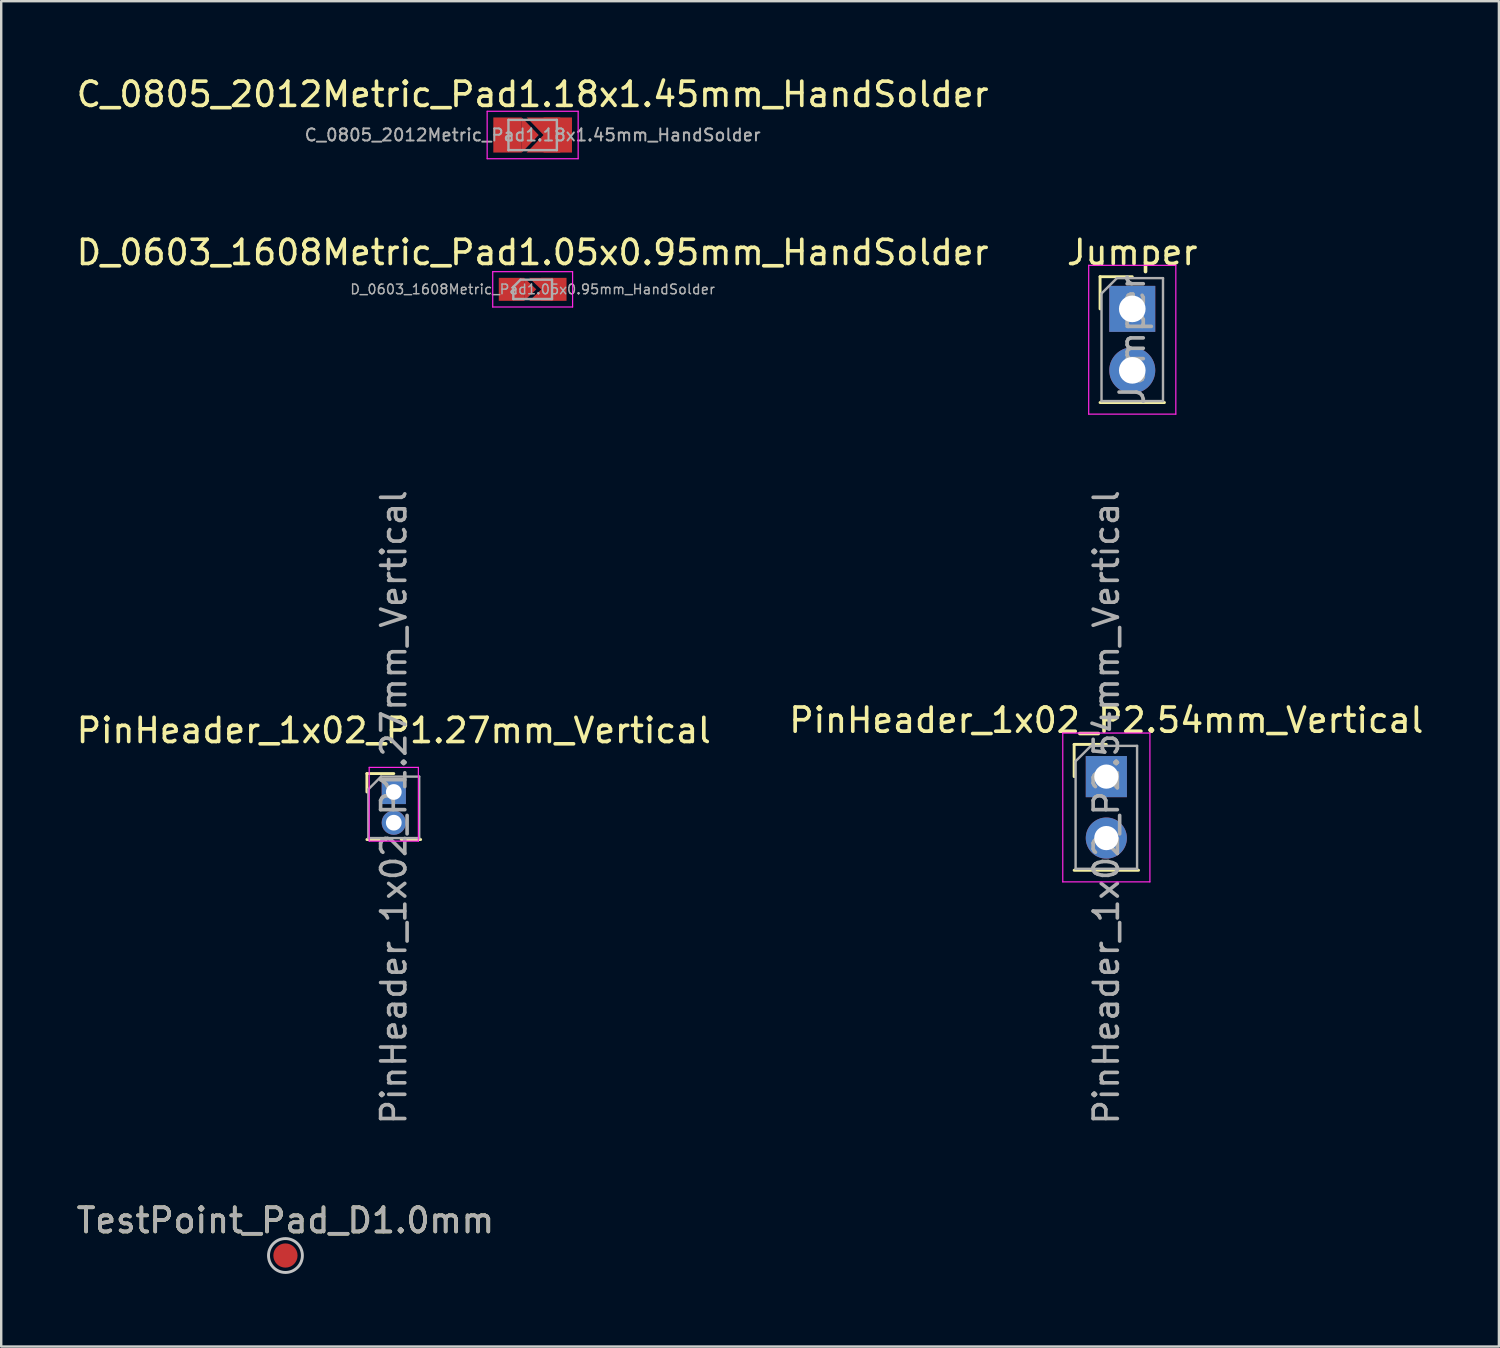
<source format=kicad_pcb>
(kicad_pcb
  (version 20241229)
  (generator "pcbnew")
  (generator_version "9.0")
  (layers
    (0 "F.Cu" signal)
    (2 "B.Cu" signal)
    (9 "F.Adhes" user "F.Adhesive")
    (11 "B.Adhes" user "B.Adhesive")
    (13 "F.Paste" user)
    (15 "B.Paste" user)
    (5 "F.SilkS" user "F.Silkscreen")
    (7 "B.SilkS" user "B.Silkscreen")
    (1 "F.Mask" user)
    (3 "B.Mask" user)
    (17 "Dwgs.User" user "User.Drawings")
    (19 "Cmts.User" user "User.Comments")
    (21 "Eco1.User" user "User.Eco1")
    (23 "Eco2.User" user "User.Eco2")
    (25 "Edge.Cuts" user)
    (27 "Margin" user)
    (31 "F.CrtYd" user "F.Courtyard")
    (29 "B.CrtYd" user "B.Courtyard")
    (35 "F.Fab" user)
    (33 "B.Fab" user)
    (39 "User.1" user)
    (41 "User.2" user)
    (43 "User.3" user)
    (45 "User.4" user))
  (footprint "TestPoint_Pad_D1.0mm"
    (layer "F.Cu")
    (at 8.744 48.825)
    (property "Reference" "TestPoint_Pad_D1.0mm" (at 0 -1.448 0) (layer "F.SilkS") (effects (font (size 1 1) (thickness 0.15))))
    (attr exclude_from_pos_files exclude_from_bom)
    (fp_circle (center 0 0) (end 0.7 0) (stroke (width 0.12) (type solid)) (fill no) (layer "Dwgs.User"))
    (fp_circle (center 0 0) (end 0.7 0) (stroke (width 0.05) (type solid)) (fill no) (layer "F.CrtYd"))
    (fp_text user "${REFERENCE}" (at 0 -1.45 0) (layer "F.Fab") (effects (font (size 1 1) (thickness 0.15))))
    (pad "1" smd circle (at 0 0) (size 1 1) (layers "F.Cu" "F.Mask")))
  (footprint "PinHeader_1x02_P2.54mm_Vertical"
    (layer "F.Cu")
    (at 42.661 29.037)
    (property "Reference" "PinHeader_1x02_P2.54mm_Vertical" (at 0 -2.33 0) (layer "F.SilkS") (effects (font (size 1 1) (thickness 0.15))))
    (attr through_hole)
    (fp_line (start -1.33 -1.33) (end 0 -1.33) (stroke (width 0.12) (type solid)) (layer "F.SilkS"))
    (fp_line (start -1.33 0) (end -1.33 -1.33) (stroke (width 0.12) (type solid)) (layer "F.SilkS"))
    (fp_line (start -1.33 3.87) (end 1.33 3.87) (stroke (width 0.12) (type solid)) (layer "F.SilkS"))
    (fp_line (start -1.8 -1.8) (end -1.8 4.35) (stroke (width 0.05) (type solid)) (layer "F.CrtYd"))
    (fp_line (start -1.8 4.35) (end 1.8 4.35) (stroke (width 0.05) (type solid)) (layer "F.CrtYd"))
    (fp_line (start 1.8 -1.8) (end -1.8 -1.8) (stroke (width 0.05) (type solid)) (layer "F.CrtYd"))
    (fp_line (start 1.8 4.35) (end 1.8 -1.8) (stroke (width 0.05) (type solid)) (layer "F.CrtYd"))
    (fp_line (start -1.27 -0.635) (end -0.635 -1.27) (stroke (width 0.1) (type solid)) (layer "F.Fab"))
    (fp_line (start -1.27 3.81) (end -1.27 -0.635) (stroke (width 0.1) (type solid)) (layer "F.Fab"))
    (fp_line (start -0.635 -1.27) (end 1.27 -1.27) (stroke (width 0.1) (type solid)) (layer "F.Fab"))
    (fp_line (start 1.27 -1.27) (end 1.27 3.81) (stroke (width 0.1) (type solid)) (layer "F.Fab"))
    (fp_line (start 1.27 3.81) (end -1.27 3.81) (stroke (width 0.1) (type solid)) (layer "F.Fab"))
    (fp_text user "${REFERENCE}" (at 0 1.27 90) (layer "F.Fab") (effects (font (size 1 1) (thickness 0.15))))
    (pad "1" thru_hole rect (at 0 0) (size 1.7 1.7) (drill 1) (layers "*.Cu" "*.Mask"))
    (pad "2" thru_hole oval (at 0 2.54) (size 1.7 1.7) (drill 1) (layers "*.Cu" "*.Mask")))
  (footprint "C_0805_2012Metric_Pad1.18x1.45mm_HandSolder"
    (layer "F.Cu")
    (at 18.958 2.528)
    (property "Reference" "C_0805_2012Metric_Pad1.18x1.45mm_HandSolder" (at 0 -1.68 0) (layer "F.SilkS") (effects (font (size 1 1) (thickness 0.15))))
    (attr smd)
    (fp_line (start -1.88 -0.98) (end 1.88 -0.98) (stroke (width 0.05) (type solid)) (layer "F.CrtYd"))
    (fp_line (start -1.88 0.98) (end -1.88 -0.98) (stroke (width 0.05) (type solid)) (layer "F.CrtYd"))
    (fp_line (start 1.88 -0.98) (end 1.88 0.98) (stroke (width 0.05) (type solid)) (layer "F.CrtYd"))
    (fp_line (start 1.88 0.98) (end -1.88 0.98) (stroke (width 0.05) (type solid)) (layer "F.CrtYd"))
    (fp_line (start -1 -0.625) (end 1 -0.625) (stroke (width 0.1) (type solid)) (layer "F.Fab"))
    (fp_line (start -1 0.625) (end -1 -0.625) (stroke (width 0.1) (type solid)) (layer "F.Fab"))
    (fp_line (start 1 -0.625) (end 1 0.625) (stroke (width 0.1) (type solid)) (layer "F.Fab"))
    (fp_line (start 1 0.625) (end -1 0.625) (stroke (width 0.1) (type solid)) (layer "F.Fab"))
    (fp_text user "${REFERENCE}" (at 0 0 180) (layer "F.Fab") (effects (font (size 0.5 0.5) (thickness 0.08))))
    (pad "1" smd rect (at -1.038 0 180) (size 1.175 1.45) (layers "F.Cu" "F.Mask" "F.Paste"))
    (pad "1" smd trapezoid (at -0.1 0) (size 0.7 0.725) (rect_delta 0.725 0) (layers "F.Cu" "F.Mask" "F.Paste"))
    (pad "2" smd trapezoid (at 0.45 -0.362 270) (size 0.725 0.7) (rect_delta 0.7 0) (layers "F.Cu" "F.Mask" "F.Paste"))
    (pad "2" smd trapezoid (at 0.45 0.362 90) (size 0.725 0.7) (rect_delta 0.7 0) (layers "F.Cu" "F.Mask" "F.Paste"))
    (pad "2" smd rect (at 1.038 0 180) (size 1.175 1.45) (layers "F.Cu" "F.Mask" "F.Paste")))
  (footprint "PinHeader_1x02_P1.27mm_Vertical"
    (layer "F.Cu")
    (at 13.22 29.672)
    (property "Reference" "PinHeader_1x02_P1.27mm_Vertical" (at 0 -2.54 0) (layer "F.SilkS") (effects (font (size 1 1) (thickness 0.15))))
    (attr through_hole)
    (fp_line (start -1.11 -0.76) (end 0 -0.76) (stroke (width 0.12) (type solid)) (layer "F.SilkS"))
    (fp_line (start -1.11 0) (end -1.11 -0.76) (stroke (width 0.12) (type solid)) (layer "F.SilkS"))
    (fp_line (start -1.11 1.965) (end -0.308 1.965) (stroke (width 0.12) (type solid)) (layer "F.SilkS"))
    (fp_line (start 0.308 1.965) (end 1.11 1.965) (stroke (width 0.12) (type solid)) (layer "F.SilkS"))
    (fp_line (start -1.016 -1.016) (end -1.016 2.032) (stroke (width 0.05) (type solid)) (layer "F.CrtYd"))
    (fp_line (start -1.016 2.032) (end 1.016 2.032) (stroke (width 0.05) (type solid)) (layer "F.CrtYd"))
    (fp_line (start 1.016 -1.016) (end -1.016 -1.016) (stroke (width 0.05) (type solid)) (layer "F.CrtYd"))
    (fp_line (start 1.016 2.032) (end 1.016 -1.016) (stroke (width 0.05) (type solid)) (layer "F.CrtYd"))
    (fp_line (start -1.05 -0.11) (end -0.525 -0.635) (stroke (width 0.1) (type solid)) (layer "F.Fab"))
    (fp_line (start -1.05 1.905) (end -1.05 -0.11) (stroke (width 0.1) (type solid)) (layer "F.Fab"))
    (fp_line (start -0.525 -0.635) (end 1.05 -0.635) (stroke (width 0.1) (type solid)) (layer "F.Fab"))
    (fp_line (start 1.05 -0.635) (end 1.05 1.905) (stroke (width 0.1) (type solid)) (layer "F.Fab"))
    (fp_line (start 1.05 1.905) (end -1.05 1.905) (stroke (width 0.1) (type solid)) (layer "F.Fab"))
    (fp_text user "${REFERENCE}" (at 0 0.635 90) (layer "F.Fab") (effects (font (size 1 1) (thickness 0.15))))
    (pad "1" thru_hole rect (at 0 0) (size 1 1) (drill 0.65) (layers "*.Cu" "*.Mask"))
    (pad "2" thru_hole oval (at 0 1.27) (size 1 1) (drill 0.65) (layers "*.Cu" "*.Mask")))
  (footprint "Jumper"
    (layer "F.Cu")
    (at 43.732 10.982)
    (property "Reference" "Jumper" (at 0 -3.6 0) (layer "F.SilkS") (effects (font (size 1 1) (thickness 0.15))))
    (attr through_hole)
    (fp_line (start -1.33 -2.6) (end 0 -2.6) (stroke (width 0.12) (type solid)) (layer "F.SilkS"))
    (fp_line (start -1.33 -1.27) (end -1.33 -2.6) (stroke (width 0.12) (type solid)) (layer "F.SilkS"))
    (fp_line (start -1.33 2.6) (end 1.33 2.6) (stroke (width 0.12) (type solid)) (layer "F.SilkS"))
    (fp_line (start -1.8 -3.07) (end -1.8 3.08) (stroke (width 0.05) (type solid)) (layer "F.CrtYd"))
    (fp_line (start -1.8 3.08) (end 1.8 3.08) (stroke (width 0.05) (type solid)) (layer "F.CrtYd"))
    (fp_line (start 1.8 -3.07) (end -1.8 -3.07) (stroke (width 0.05) (type solid)) (layer "F.CrtYd"))
    (fp_line (start 1.8 3.08) (end 1.8 -3.07) (stroke (width 0.05) (type solid)) (layer "F.CrtYd"))
    (fp_line (start -1.27 -1.905) (end -0.635 -2.54) (stroke (width 0.1) (type solid)) (layer "F.Fab"))
    (fp_line (start -1.27 2.54) (end -1.27 -1.905) (stroke (width 0.1) (type solid)) (layer "F.Fab"))
    (fp_line (start -0.635 -2.54) (end 1.27 -2.54) (stroke (width 0.1) (type solid)) (layer "F.Fab"))
    (fp_line (start 1.27 -2.54) (end 1.27 2.54) (stroke (width 0.1) (type solid)) (layer "F.Fab"))
    (fp_line (start 1.27 2.54) (end -1.27 2.54) (stroke (width 0.1) (type solid)) (layer "F.Fab"))
    (fp_text user "${REFERENCE}" (at 0 0 90) (layer "F.Fab") (effects (font (size 1 1) (thickness 0.15))))
    (pad "1" thru_hole rect (at 0 -1.27) (size 1.9 1.9) (drill 1.1) (layers "*.Cu" "*.Mask"))
    (pad "2" thru_hole circle (at 0 1.27) (size 1.9 1.9) (drill 1.1) (layers "*.Cu" "*.Mask")))
  (footprint "D_0603_1608Metric_Pad1.05x0.95mm_HandSolder"
    (layer "F.Cu")
    (at 18.958 8.905)
    (property "Reference" "D_0603_1608Metric_Pad1.05x0.95mm_HandSolder" (at 0 -1.524 0) (layer "F.SilkS") (effects (font (size 1 1) (thickness 0.15))))
    (attr smd)
    (fp_line (start -1.65 -0.73) (end 1.65 -0.73) (stroke (width 0.05) (type solid)) (layer "F.CrtYd"))
    (fp_line (start -1.65 0.73) (end -1.65 -0.73) (stroke (width 0.05) (type solid)) (layer "F.CrtYd"))
    (fp_line (start 1.65 -0.73) (end 1.65 0.73) (stroke (width 0.05) (type solid)) (layer "F.CrtYd"))
    (fp_line (start 1.65 0.73) (end -1.65 0.73) (stroke (width 0.05) (type solid)) (layer "F.CrtYd"))
    (fp_line (start -0.8 -0.1) (end -0.8 0.4) (stroke (width 0.1) (type solid)) (layer "F.Fab"))
    (fp_line (start -0.8 0.4) (end 0.8 0.4) (stroke (width 0.1) (type solid)) (layer "F.Fab"))
    (fp_line (start -0.5 -0.4) (end -0.8 -0.1) (stroke (width 0.1) (type solid)) (layer "F.Fab"))
    (fp_line (start 0.8 -0.4) (end -0.5 -0.4) (stroke (width 0.1) (type solid)) (layer "F.Fab"))
    (fp_line (start 0.8 0.4) (end 0.8 -0.4) (stroke (width 0.1) (type solid)) (layer "F.Fab"))
    (fp_text user "${REFERENCE}" (at 0 0 0) (layer "F.Fab") (effects (font (size 0.4 0.4) (thickness 0.06))))
    (pad "1" smd rect (at -0.875 0) (size 1.05 0.95) (layers "F.Cu" "F.Mask" "F.Paste"))
    (pad "1" smd trapezoid (at -0.1 0) (size 0.5 0.475) (rect_delta 0.475 0) (layers "F.Cu" "F.Mask" "F.Paste"))
    (pad "2" smd trapezoid (at 0.35 -0.237 270) (size 0.475 0.5) (rect_delta 0.5 0) (layers "F.Cu" "F.Mask" "F.Paste"))
    (pad "2" smd trapezoid (at 0.36 0.237 90) (size 0.475 0.5) (rect_delta 0.5 0) (layers "F.Cu" "F.Mask" "F.Paste"))
    (pad "2" smd rect (at 0.875 0) (size 1.05 0.95) (layers "F.Cu" "F.Mask" "F.Paste")))
  (gr_rect
    (start -3 -3)
    (end 58.881 52.585)
    (stroke (width 0.1) (type default))
    (fill no)
    (layer "Edge.Cuts")))
</source>
